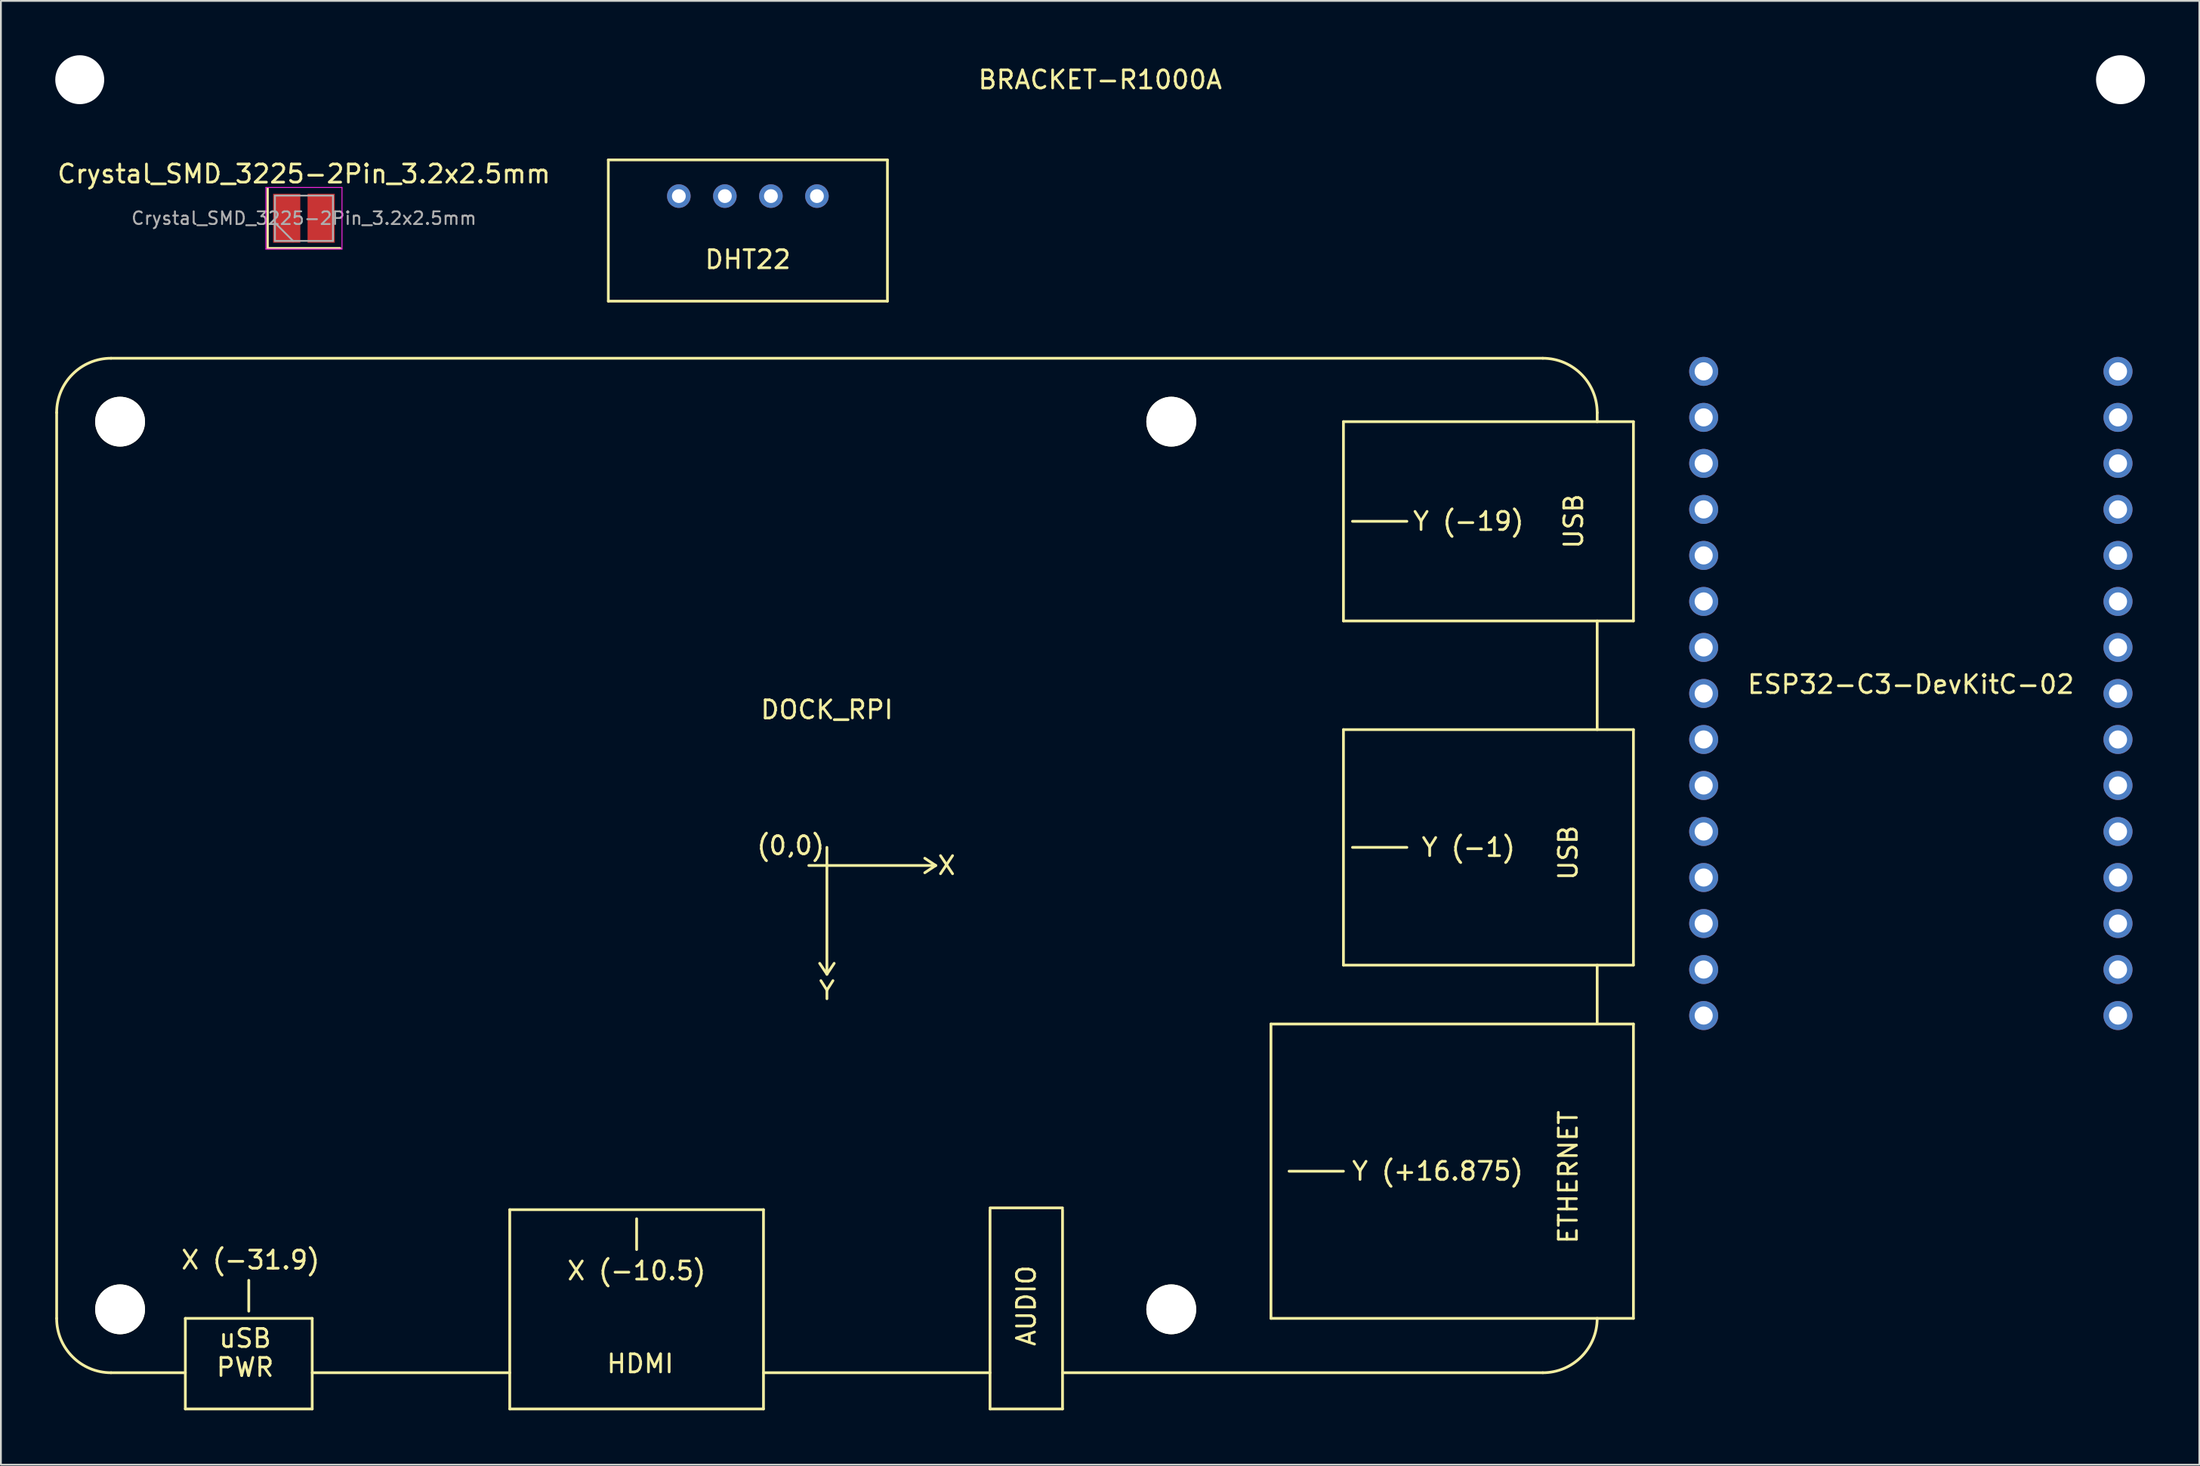
<source format=kicad_pcb>
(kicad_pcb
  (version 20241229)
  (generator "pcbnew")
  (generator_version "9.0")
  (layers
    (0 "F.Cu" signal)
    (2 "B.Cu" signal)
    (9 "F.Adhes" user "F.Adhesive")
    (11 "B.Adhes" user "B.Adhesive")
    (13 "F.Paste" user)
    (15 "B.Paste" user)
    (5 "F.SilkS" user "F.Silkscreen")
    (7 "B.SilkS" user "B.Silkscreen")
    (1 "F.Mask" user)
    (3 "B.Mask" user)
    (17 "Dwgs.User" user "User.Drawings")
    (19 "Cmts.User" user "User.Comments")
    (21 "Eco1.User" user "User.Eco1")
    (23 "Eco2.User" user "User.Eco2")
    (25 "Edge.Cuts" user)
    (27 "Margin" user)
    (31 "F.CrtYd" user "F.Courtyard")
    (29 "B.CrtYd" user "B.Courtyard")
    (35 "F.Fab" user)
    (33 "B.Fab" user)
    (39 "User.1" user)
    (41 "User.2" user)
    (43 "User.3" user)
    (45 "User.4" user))
  (footprint "DOCK_RPI"
    (layer "F.Cu")
    (at 42.576 44.726)
    (property "Reference" "DOCK_RPI" (at 0 -8.6 0) (layer "F.SilkS") (effects (font (size 1 1) (thickness 0.15))))
    (attr through_hole)
    (fp_line (start -42.5 -25) (end -42.5 25) (stroke (width 0.152) (type solid)) (layer "F.SilkS"))
    (fp_line (start -39.5 -28) (end 39.5 -28) (stroke (width 0.152) (type solid)) (layer "F.SilkS"))
    (fp_line (start -35.4 25) (end -35.4 30) (stroke (width 0.152) (type solid)) (layer "F.SilkS"))
    (fp_line (start -35.4 25) (end -28.4 25) (stroke (width 0.152) (type solid)) (layer "F.SilkS"))
    (fp_line (start -35.4 28) (end -39.5 28) (stroke (width 0.152) (type solid)) (layer "F.SilkS"))
    (fp_line (start -35.4 30) (end -28.4 30) (stroke (width 0.152) (type solid)) (layer "F.SilkS"))
    (fp_line (start -31.9 22.9) (end -31.9 24.6) (stroke (width 0.152) (type solid)) (layer "F.SilkS"))
    (fp_line (start -28.4 25) (end -28.4 30) (stroke (width 0.152) (type solid)) (layer "F.SilkS"))
    (fp_line (start -17.5 19) (end -17.5 30) (stroke (width 0.152) (type solid)) (layer "F.SilkS"))
    (fp_line (start -17.5 19) (end -3.5 19) (stroke (width 0.152) (type solid)) (layer "F.SilkS"))
    (fp_line (start -17.5 28) (end -28.4 28) (stroke (width 0.152) (type solid)) (layer "F.SilkS"))
    (fp_line (start -17.5 30) (end -3.5 30) (stroke (width 0.152) (type solid)) (layer "F.SilkS"))
    (fp_line (start -10.5 19.5) (end -10.5 21.2) (stroke (width 0.152) (type solid)) (layer "F.SilkS"))
    (fp_line (start -3.5 19) (end -3.5 30) (stroke (width 0.152) (type solid)) (layer "F.SilkS"))
    (fp_line (start -1 0) (end 6 0) (stroke (width 0.152) (type solid)) (layer "F.SilkS"))
    (fp_line (start 0 -1) (end 0 6) (stroke (width 0.152) (type solid)) (layer "F.SilkS"))
    (fp_line (start 0 6) (end -0.4 5.4) (stroke (width 0.152) (type solid)) (layer "F.SilkS"))
    (fp_line (start 0 6) (end 0.4 5.4) (stroke (width 0.152) (type solid)) (layer "F.SilkS"))
    (fp_line (start 6 0) (end 5.4 -0.4) (stroke (width 0.152) (type solid)) (layer "F.SilkS"))
    (fp_line (start 6 0) (end 5.4 0.4) (stroke (width 0.152) (type solid)) (layer "F.SilkS"))
    (fp_line (start 9 18.9) (end 13 18.9) (stroke (width 0.152) (type solid)) (layer "F.SilkS"))
    (fp_line (start 9 19) (end 9 30) (stroke (width 0.152) (type solid)) (layer "F.SilkS"))
    (fp_line (start 9 28) (end -3.5 28) (stroke (width 0.152) (type solid)) (layer "F.SilkS"))
    (fp_line (start 9 30) (end 13 30) (stroke (width 0.152) (type solid)) (layer "F.SilkS"))
    (fp_line (start 13 19) (end 13 30) (stroke (width 0.152) (type solid)) (layer "F.SilkS"))
    (fp_line (start 13 28) (end 39.5 28) (stroke (width 0.152) (type solid)) (layer "F.SilkS"))
    (fp_line (start 24.5 8.75) (end 24.5 25) (stroke (width 0.152) (type solid)) (layer "F.SilkS"))
    (fp_line (start 25.5 16.875) (end 28.5 16.875) (stroke (width 0.152) (type solid)) (layer "F.SilkS"))
    (fp_line (start 28.5 -24.5) (end 28.5 -13.5) (stroke (width 0.152) (type solid)) (layer "F.SilkS"))
    (fp_line (start 28.5 -7.5) (end 28.5 5.5) (stroke (width 0.152) (type solid)) (layer "F.SilkS"))
    (fp_line (start 29 -19) (end 32 -19) (stroke (width 0.152) (type solid)) (layer "F.SilkS"))
    (fp_line (start 29 -1) (end 32 -1) (stroke (width 0.152) (type solid)) (layer "F.SilkS"))
    (fp_line (start 42.5 -25) (end 42.5 -24.5) (stroke (width 0.152) (type solid)) (layer "F.SilkS"))
    (fp_line (start 42.5 -13.5) (end 42.5 -7.5) (stroke (width 0.152) (type solid)) (layer "F.SilkS"))
    (fp_line (start 42.5 5.5) (end 42.5 8.7) (stroke (width 0.152) (type solid)) (layer "F.SilkS"))
    (fp_line (start 44.5 -24.5) (end 28.5 -24.5) (stroke (width 0.152) (type solid)) (layer "F.SilkS"))
    (fp_line (start 44.5 -24.5) (end 44.5 -13.5) (stroke (width 0.152) (type solid)) (layer "F.SilkS"))
    (fp_line (start 44.5 -13.5) (end 28.5 -13.5) (stroke (width 0.152) (type solid)) (layer "F.SilkS"))
    (fp_line (start 44.5 -7.5) (end 28.5 -7.5) (stroke (width 0.152) (type solid)) (layer "F.SilkS"))
    (fp_line (start 44.5 -7.5) (end 44.5 5.5) (stroke (width 0.152) (type solid)) (layer "F.SilkS"))
    (fp_line (start 44.5 5.5) (end 28.5 5.5) (stroke (width 0.152) (type solid)) (layer "F.SilkS"))
    (fp_line (start 44.5 8.75) (end 24.5 8.75) (stroke (width 0.152) (type solid)) (layer "F.SilkS"))
    (fp_line (start 44.5 8.75) (end 44.5 25) (stroke (width 0.152) (type solid)) (layer "F.SilkS"))
    (fp_line (start 44.5 25) (end 24.5 25) (stroke (width 0.152) (type solid)) (layer "F.SilkS"))
    (fp_arc (start -42.5 -25) (mid -41.62132 -27.12132) (end -39.5 -28) (stroke (width 0.1524) (type solid)) (layer "F.SilkS"))
    (fp_arc (start -39.5 28) (mid -41.62132 27.12132) (end -42.5 25) (stroke (width 0.1524) (type solid)) (layer "F.SilkS"))
    (fp_arc (start 39.5 -28) (mid 41.62132 -27.12132) (end 42.5 -25) (stroke (width 0.1524) (type solid)) (layer "F.SilkS"))
    (fp_arc (start 42.5 25) (mid 41.62132 27.12132) (end 39.5 28) (stroke (width 0.1524) (type solid)) (layer "F.SilkS"))
    (fp_text user "X (-10.5)" (at -10.5 22.375 0) (layer "F.SilkS") (effects (font (size 1 1) (thickness 0.15))))
    (fp_text user "Y" (at 0 6.9 0) (layer "F.SilkS") (effects (font (size 1 1) (thickness 0.15))))
    (fp_text user "Y (-1)" (at 35.4 -1 0) (layer "F.SilkS") (effects (font (size 1 1) (thickness 0.15))))
    (fp_text user "HDMI" (at -10.3 27.5 0) (layer "F.SilkS") (effects (font (size 1 1) (thickness 0.15))))
    (fp_text user "ETHERNET" (at 40.9 17.2 90) (layer "F.SilkS") (effects (font (size 1 1) (thickness 0.15))))
    (fp_text user "Y (+16.875)" (at 33.7 16.875 0) (layer "F.SilkS") (effects (font (size 1 1) (thickness 0.15))))
    (fp_text user "(0,0)" (at -2 -1.1 0) (layer "F.SilkS") (effects (font (size 1 1) (thickness 0.15))))
    (fp_text user "PWR" (at -32.1 27.7 0) (layer "F.SilkS") (effects (font (size 1 1) (thickness 0.15))))
    (fp_text user "USB" (at 40.9 -0.7 90) (layer "F.SilkS") (effects (font (size 1 1) (thickness 0.15))))
    (fp_text user "Y (-19)" (at 35.4 -19 0) (layer "F.SilkS") (effects (font (size 1 1) (thickness 0.15))))
    (fp_text user "AUDIO" (at 11 24.3 90) (layer "F.SilkS") (effects (font (size 1 1) (thickness 0.15))))
    (fp_text user "X (-31.9)" (at -31.8 21.775 0) (layer "F.SilkS") (effects (font (size 1 1) (thickness 0.15))))
    (fp_text user "X" (at 6.6 0 0) (layer "F.SilkS") (effects (font (size 1 1) (thickness 0.15))))
    (fp_text user "USB" (at 41.2 -19 90) (layer "F.SilkS") (effects (font (size 1 1) (thickness 0.15))))
    (fp_text user "uSB" (at -32.1 26.1 0) (layer "F.SilkS") (effects (font (size 1 1) (thickness 0.15))))
    (pad "" np_thru_hole circle (at -39 -24.5) (size 2.75 2.75) (drill 2.75) (layers "*.Cu" "*.Mask" "F.SilkS"))
    (pad "" np_thru_hole circle (at -39 24.5) (size 2.75 2.75) (drill 2.75) (layers "*.Cu" "*.Mask" "F.SilkS"))
    (pad "" np_thru_hole circle (at 19 -24.5) (size 2.75 2.75) (drill 2.75) (layers "*.Cu" "*.Mask" "F.SilkS"))
    (pad "" np_thru_hole circle (at 19 24.5) (size 2.75 2.75) (drill 2.75) (layers "*.Cu" "*.Mask" "F.SilkS")))
  (footprint "BRACKET-R1000A"
    (layer "F.Cu")
    (at 57.65 1.35)
    (property "Reference" "BRACKET-R1000A" (at 0 0 0) (layer "F.SilkS") (effects (font (size 1 1) (thickness 0.15))))
    (attr through_hole)
    (pad "" np_thru_hole circle (at -56.3 0) (size 2.7 2.7) (drill 2.7) (layers "*.Cu" "*.Mask"))
    (pad "" np_thru_hole circle (at 56.3 0) (size 2.7 2.7) (drill 2.7) (layers "*.Cu" "*.Mask")))
  (footprint "ESP32-C3-DevKitC-02"
    (layer "F.Cu")
    (at 102.382 35.23)
    (property "Reference" "ESP32-C3-DevKitC-02" (at 0 -0.5 0) (unlocked yes) (layer "F.SilkS") (effects (font (size 1 1) (thickness 0.15))))
    (attr through_hole)
    (pad "1" thru_hole circle (at -11.43 -17.78) (size 1.6 1.6) (drill 1) (layers "*.Cu" "*.Mask"))
    (pad "2" thru_hole circle (at -11.43 -15.24) (size 1.6 1.6) (drill 1) (layers "*.Cu" "*.Mask"))
    (pad "3" thru_hole circle (at -11.43 -12.7) (size 1.6 1.6) (drill 1) (layers "*.Cu" "*.Mask"))
    (pad "4" thru_hole circle (at -11.43 -10.16) (size 1.6 1.6) (drill 1) (layers "*.Cu" "*.Mask"))
    (pad "5" thru_hole circle (at -11.43 -7.62) (size 1.6 1.6) (drill 1) (layers "*.Cu" "*.Mask"))
    (pad "6" thru_hole circle (at -11.43 -5.08) (size 1.6 1.6) (drill 1) (layers "*.Cu" "*.Mask"))
    (pad "7" thru_hole circle (at -11.43 -2.54) (size 1.6 1.6) (drill 1) (layers "*.Cu" "*.Mask"))
    (pad "8" thru_hole circle (at -11.43 0) (size 1.6 1.6) (drill 1) (layers "*.Cu" "*.Mask"))
    (pad "9" thru_hole circle (at -11.43 2.54) (size 1.6 1.6) (drill 1) (layers "*.Cu" "*.Mask"))
    (pad "10" thru_hole circle (at -11.43 5.08) (size 1.6 1.6) (drill 1) (layers "*.Cu" "*.Mask"))
    (pad "11" thru_hole circle (at -11.43 7.62) (size 1.6 1.6) (drill 1) (layers "*.Cu" "*.Mask"))
    (pad "12" thru_hole circle (at -11.43 10.16) (size 1.6 1.6) (drill 1) (layers "*.Cu" "*.Mask"))
    (pad "13" thru_hole circle (at -11.43 12.7) (size 1.6 1.6) (drill 1) (layers "*.Cu" "*.Mask"))
    (pad "14" thru_hole circle (at -11.43 15.24) (size 1.6 1.6) (drill 1) (layers "*.Cu" "*.Mask"))
    (pad "15" thru_hole circle (at -11.43 17.78) (size 1.6 1.6) (drill 1) (layers "*.Cu" "*.Mask"))
    (pad "16" thru_hole circle (at 11.43 17.78) (size 1.6 1.6) (drill 1) (layers "*.Cu" "*.Mask"))
    (pad "17" thru_hole circle (at 11.43 15.24) (size 1.6 1.6) (drill 1) (layers "*.Cu" "*.Mask"))
    (pad "18" thru_hole circle (at 11.43 12.7) (size 1.6 1.6) (drill 1) (layers "*.Cu" "*.Mask"))
    (pad "19" thru_hole circle (at 11.43 10.16) (size 1.6 1.6) (drill 1) (layers "*.Cu" "*.Mask"))
    (pad "20" thru_hole circle (at 11.43 7.62) (size 1.6 1.6) (drill 1) (layers "*.Cu" "*.Mask"))
    (pad "21" thru_hole circle (at 11.43 5.08) (size 1.6 1.6) (drill 1) (layers "*.Cu" "*.Mask"))
    (pad "22" thru_hole circle (at 11.43 2.54) (size 1.6 1.6) (drill 1) (layers "*.Cu" "*.Mask"))
    (pad "23" thru_hole circle (at 11.43 0) (size 1.6 1.6) (drill 1) (layers "*.Cu" "*.Mask"))
    (pad "24" thru_hole circle (at 11.43 -2.54) (size 1.6 1.6) (drill 1) (layers "*.Cu" "*.Mask"))
    (pad "25" thru_hole circle (at 11.43 -5.08) (size 1.6 1.6) (drill 1) (layers "*.Cu" "*.Mask"))
    (pad "26" thru_hole circle (at 11.43 -7.62) (size 1.6 1.6) (drill 1) (layers "*.Cu" "*.Mask"))
    (pad "27" thru_hole circle (at 11.43 -10.16) (size 1.6 1.6) (drill 1) (layers "*.Cu" "*.Mask"))
    (pad "28" thru_hole circle (at 11.43 -12.7) (size 1.6 1.6) (drill 1) (layers "*.Cu" "*.Mask"))
    (pad "29" thru_hole circle (at 11.43 -15.24) (size 1.6 1.6) (drill 1) (layers "*.Cu" "*.Mask"))
    (pad "30" thru_hole circle (at 11.43 -17.78) (size 1.6 1.6) (drill 1) (layers "*.Cu" "*.Mask")))
  (footprint "DHT22"
    (layer "F.Cu")
    (at 38.215 7.775)
    (property "Reference" "DHT22" (at 0 3.5 0) (layer "F.SilkS") (effects (font (size 1 1) (thickness 0.15))))
    (attr through_hole)
    (fp_line (start -7.7 -2) (end -7.7 5.8) (stroke (width 0.15) (type solid)) (layer "F.SilkS"))
    (fp_line (start -7.7 -2) (end 7.7 -2) (stroke (width 0.15) (type solid)) (layer "F.SilkS"))
    (fp_line (start 7.7 -2) (end 7.7 5.8) (stroke (width 0.15) (type solid)) (layer "F.SilkS"))
    (fp_line (start 7.7 5.8) (end -7.7 5.8) (stroke (width 0.15) (type solid)) (layer "F.SilkS"))
    (pad "1" thru_hole circle (at -3.81 0) (size 1.3 1.3) (drill 0.762) (layers "*.Cu" "*.Mask"))
    (pad "2" thru_hole circle (at -1.27 0) (size 1.3 1.3) (drill 0.762) (layers "*.Cu" "*.Mask"))
    (pad "3" thru_hole circle (at 1.27 0) (size 1.3 1.3) (drill 0.762) (layers "*.Cu" "*.Mask"))
    (pad "4" thru_hole circle (at 3.81 0) (size 1.3 1.3) (drill 0.762) (layers "*.Cu" "*.Mask")))
  (footprint "Crystal_SMD_3225-2Pin_3.2x2.5mm"
    (layer "F.Cu")
    (at 13.72 8.998)
    (property "Reference" "Crystal_SMD_3225-2Pin_3.2x2.5mm" (at 0 -2.45 0) (layer "F.SilkS") (effects (font (size 1 1) (thickness 0.15))))
    (attr smd)
    (fp_line (start -2 -1.65) (end -2 1.65) (stroke (width 0.12) (type solid)) (layer "F.SilkS"))
    (fp_line (start -2 1.65) (end 2 1.65) (stroke (width 0.12) (type solid)) (layer "F.SilkS"))
    (fp_line (start -2.1 -1.7) (end -2.1 1.7) (stroke (width 0.05) (type solid)) (layer "F.CrtYd"))
    (fp_line (start -2.1 1.7) (end 2.1 1.7) (stroke (width 0.05) (type solid)) (layer "F.CrtYd"))
    (fp_line (start 2.1 -1.7) (end -2.1 -1.7) (stroke (width 0.05) (type solid)) (layer "F.CrtYd"))
    (fp_line (start 2.1 1.7) (end 2.1 -1.7) (stroke (width 0.05) (type solid)) (layer "F.CrtYd"))
    (fp_line (start -1.6 -1.25) (end -1.6 1.25) (stroke (width 0.1) (type solid)) (layer "F.Fab"))
    (fp_line (start -1.6 0.25) (end -0.6 1.25) (stroke (width 0.1) (type solid)) (layer "F.Fab"))
    (fp_line (start -1.6 1.25) (end 1.6 1.25) (stroke (width 0.1) (type solid)) (layer "F.Fab"))
    (fp_line (start 1.6 -1.25) (end -1.6 -1.25) (stroke (width 0.1) (type solid)) (layer "F.Fab"))
    (fp_line (start 1.6 1.25) (end 1.6 -1.25) (stroke (width 0.1) (type solid)) (layer "F.Fab"))
    (fp_text user "${REFERENCE}" (at 0 0 0) (layer "F.Fab") (effects (font (size 0.7 0.7) (thickness 0.105))))
    (pad "1" smd rect (at -0.95 0) (size 1.5 2.7) (layers "F.Cu" "F.Mask" "F.Paste"))
    (pad "2" smd rect (at 0.95 0) (size 1.5 2.7) (layers "F.Cu" "F.Mask" "F.Paste")))
  (gr_rect
    (start -3 -3)
    (end 118.3 77.802)
    (stroke (width 0.1) (type default))
    (fill no)
    (layer "Edge.Cuts")))
</source>
